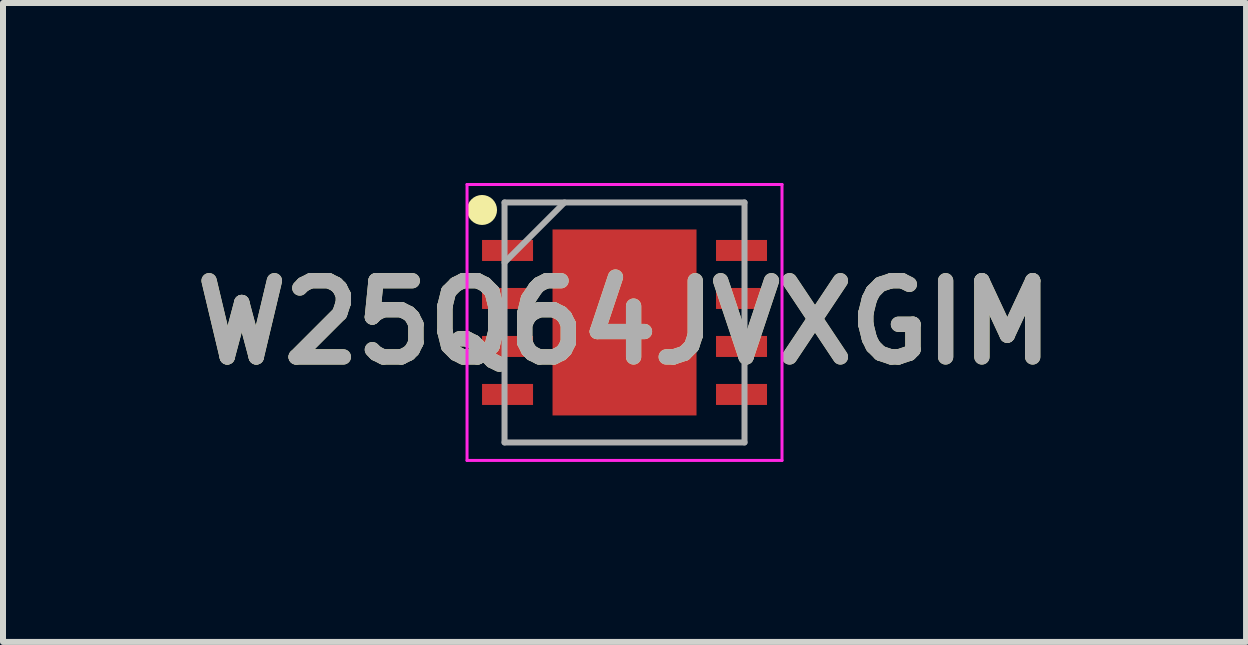
<source format=kicad_pcb>
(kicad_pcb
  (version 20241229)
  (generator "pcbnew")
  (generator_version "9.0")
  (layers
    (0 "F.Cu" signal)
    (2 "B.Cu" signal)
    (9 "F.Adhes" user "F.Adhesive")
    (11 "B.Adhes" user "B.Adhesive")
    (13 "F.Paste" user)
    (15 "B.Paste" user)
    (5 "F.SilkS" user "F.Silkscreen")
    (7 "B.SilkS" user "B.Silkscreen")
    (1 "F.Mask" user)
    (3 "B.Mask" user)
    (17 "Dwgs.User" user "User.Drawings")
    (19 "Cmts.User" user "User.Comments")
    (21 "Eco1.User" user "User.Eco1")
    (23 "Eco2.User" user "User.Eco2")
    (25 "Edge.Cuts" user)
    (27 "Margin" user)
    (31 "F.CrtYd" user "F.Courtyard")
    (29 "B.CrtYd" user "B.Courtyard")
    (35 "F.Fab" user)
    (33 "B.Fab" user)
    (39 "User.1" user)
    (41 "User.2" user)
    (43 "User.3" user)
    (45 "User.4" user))
  (footprint "W25Q64JVXGIM"
    (layer "F.Cu")
    (at 7.36 2.325)
    (property "Reference" "W25Q64JVXGIM" (at 0 0 0) (layer "F.SilkS") (effects (font (size 1.27 1.27) (thickness 0.254))))
    (attr smd)
    (fp_circle (center -2.375 -1.875) (end -2.375 -1.75) (stroke (width 0.25) (type solid)) (fill no) (layer "F.SilkS"))
    (fp_line (start -2.625 -2.3) (end 2.625 -2.3) (stroke (width 0.05) (type solid)) (layer "F.CrtYd"))
    (fp_line (start -2.625 2.3) (end -2.625 -2.3) (stroke (width 0.05) (type solid)) (layer "F.CrtYd"))
    (fp_line (start 2.625 -2.3) (end 2.625 2.3) (stroke (width 0.05) (type solid)) (layer "F.CrtYd"))
    (fp_line (start 2.625 2.3) (end -2.625 2.3) (stroke (width 0.05) (type solid)) (layer "F.CrtYd"))
    (fp_line (start -2 -2) (end 2 -2) (stroke (width 0.1) (type solid)) (layer "F.Fab"))
    (fp_line (start -2 -1) (end -1 -2) (stroke (width 0.1) (type solid)) (layer "F.Fab"))
    (fp_line (start -2 2) (end -2 -2) (stroke (width 0.1) (type solid)) (layer "F.Fab"))
    (fp_line (start 2 -2) (end 2 2) (stroke (width 0.1) (type solid)) (layer "F.Fab"))
    (fp_line (start 2 2) (end -2 2) (stroke (width 0.1) (type solid)) (layer "F.Fab"))
    (fp_text user "${REFERENCE}" (at 0 0 0) (layer "F.Fab") (effects (font (size 1.27 1.27) (thickness 0.254))))
    (pad "1" smd rect (at -1.95 -1.2 90) (size 0.35 0.85) (layers "F.Cu" "F.Mask" "F.Paste"))
    (pad "2" smd rect (at -1.95 -0.4 90) (size 0.35 0.85) (layers "F.Cu" "F.Mask" "F.Paste"))
    (pad "3" smd rect (at -1.95 0.4 90) (size 0.35 0.85) (layers "F.Cu" "F.Mask" "F.Paste"))
    (pad "4" smd rect (at -1.95 1.2 90) (size 0.35 0.85) (layers "F.Cu" "F.Mask" "F.Paste"))
    (pad "5" smd rect (at 1.95 1.2 90) (size 0.35 0.85) (layers "F.Cu" "F.Mask" "F.Paste"))
    (pad "6" smd rect (at 1.95 0.4 90) (size 0.35 0.85) (layers "F.Cu" "F.Mask" "F.Paste"))
    (pad "7" smd rect (at 1.95 -0.4 90) (size 0.35 0.85) (layers "F.Cu" "F.Mask" "F.Paste"))
    (pad "8" smd rect (at 1.95 -1.2 90) (size 0.35 0.85) (layers "F.Cu" "F.Mask" "F.Paste"))
    (pad "9" smd rect (at 0 0) (size 2.4 3.1) (layers "F.Cu" "F.Mask" "F.Paste")))
  (gr_rect
    (start -3 -3)
    (end 17.72 7.65)
    (stroke (width 0.1) (type default))
    (fill no)
    (layer "Edge.Cuts")))
</source>
